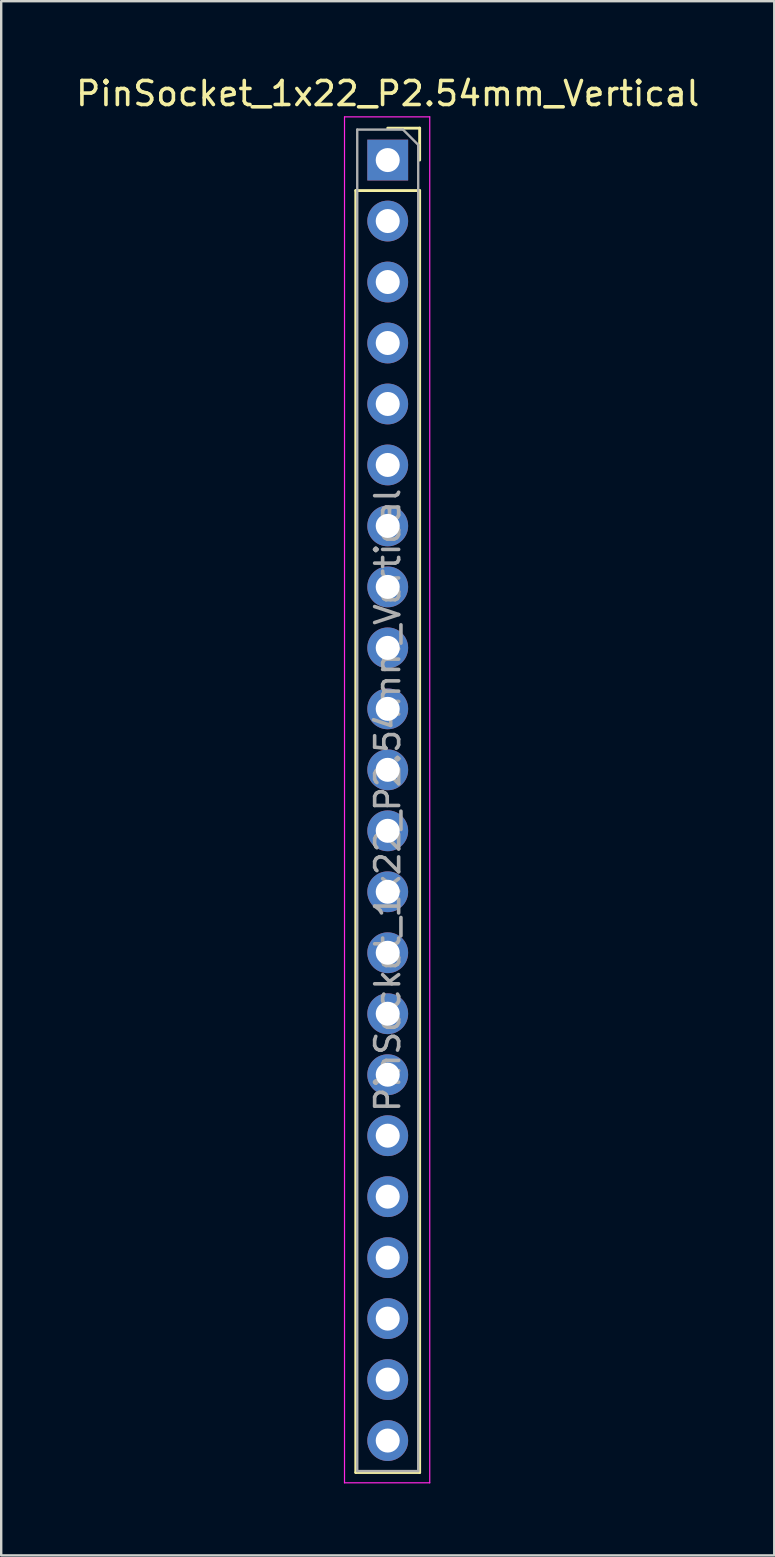
<source format=kicad_pcb>
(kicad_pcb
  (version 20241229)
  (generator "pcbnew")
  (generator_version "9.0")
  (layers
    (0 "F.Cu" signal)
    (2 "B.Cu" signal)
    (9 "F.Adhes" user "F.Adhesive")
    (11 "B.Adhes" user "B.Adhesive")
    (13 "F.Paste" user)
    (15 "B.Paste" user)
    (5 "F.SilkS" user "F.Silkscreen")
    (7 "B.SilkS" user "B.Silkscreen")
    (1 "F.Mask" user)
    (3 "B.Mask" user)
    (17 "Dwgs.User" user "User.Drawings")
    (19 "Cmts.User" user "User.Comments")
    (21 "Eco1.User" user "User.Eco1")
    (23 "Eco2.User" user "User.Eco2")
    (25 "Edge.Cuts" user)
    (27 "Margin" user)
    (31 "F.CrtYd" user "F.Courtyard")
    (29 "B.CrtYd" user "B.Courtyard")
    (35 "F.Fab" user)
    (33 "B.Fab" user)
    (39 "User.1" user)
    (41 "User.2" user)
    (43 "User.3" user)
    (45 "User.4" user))
  (footprint "PinSocket_1x22_P2.54mm_Vertical"
    (layer "F.Cu")
    (at 13.101 3.618)
    (property "Reference" "PinSocket_1x22_P2.54mm_Vertical" (at 0 -2.77 0) (layer "F.SilkS") (effects (font (size 1 1) (thickness 0.15))))
    (attr through_hole)
    (fp_line (start -1.33 1.27) (end -1.33 54.67) (stroke (width 0.12) (type solid)) (layer "F.SilkS"))
    (fp_line (start -1.33 1.27) (end 1.33 1.27) (stroke (width 0.12) (type solid)) (layer "F.SilkS"))
    (fp_line (start -1.33 54.67) (end 1.33 54.67) (stroke (width 0.12) (type solid)) (layer "F.SilkS"))
    (fp_line (start 0 -1.33) (end 1.33 -1.33) (stroke (width 0.12) (type solid)) (layer "F.SilkS"))
    (fp_line (start 1.33 -1.33) (end 1.33 0) (stroke (width 0.12) (type solid)) (layer "F.SilkS"))
    (fp_line (start 1.33 1.27) (end 1.33 54.67) (stroke (width 0.12) (type solid)) (layer "F.SilkS"))
    (fp_line (start -1.8 -1.8) (end 1.75 -1.8) (stroke (width 0.05) (type solid)) (layer "F.CrtYd"))
    (fp_line (start -1.8 55.1) (end -1.8 -1.8) (stroke (width 0.05) (type solid)) (layer "F.CrtYd"))
    (fp_line (start 1.75 -1.8) (end 1.75 55.1) (stroke (width 0.05) (type solid)) (layer "F.CrtYd"))
    (fp_line (start 1.75 55.1) (end -1.8 55.1) (stroke (width 0.05) (type solid)) (layer "F.CrtYd"))
    (fp_line (start -1.27 -1.27) (end 0.635 -1.27) (stroke (width 0.1) (type solid)) (layer "F.Fab"))
    (fp_line (start -1.27 54.61) (end -1.27 -1.27) (stroke (width 0.1) (type solid)) (layer "F.Fab"))
    (fp_line (start 0.635 -1.27) (end 1.27 -0.635) (stroke (width 0.1) (type solid)) (layer "F.Fab"))
    (fp_line (start 1.27 -0.635) (end 1.27 54.61) (stroke (width 0.1) (type solid)) (layer "F.Fab"))
    (fp_line (start 1.27 54.61) (end -1.27 54.61) (stroke (width 0.1) (type solid)) (layer "F.Fab"))
    (fp_text user "${REFERENCE}" (at 0 26.67 90) (layer "F.Fab") (effects (font (size 1 1) (thickness 0.15))))
    (pad "1" thru_hole rect (at 0 0) (size 1.7 1.7) (drill 1) (layers "*.Cu" "*.Mask"))
    (pad "2" thru_hole oval (at 0 2.54) (size 1.7 1.7) (drill 1) (layers "*.Cu" "*.Mask"))
    (pad "3" thru_hole oval (at 0 5.08) (size 1.7 1.7) (drill 1) (layers "*.Cu" "*.Mask"))
    (pad "4" thru_hole oval (at 0 7.62) (size 1.7 1.7) (drill 1) (layers "*.Cu" "*.Mask"))
    (pad "5" thru_hole oval (at 0 10.16) (size 1.7 1.7) (drill 1) (layers "*.Cu" "*.Mask"))
    (pad "6" thru_hole oval (at 0 12.7) (size 1.7 1.7) (drill 1) (layers "*.Cu" "*.Mask"))
    (pad "7" thru_hole oval (at 0 15.24) (size 1.7 1.7) (drill 1) (layers "*.Cu" "*.Mask"))
    (pad "8" thru_hole oval (at 0 17.78) (size 1.7 1.7) (drill 1) (layers "*.Cu" "*.Mask"))
    (pad "9" thru_hole oval (at 0 20.32) (size 1.7 1.7) (drill 1) (layers "*.Cu" "*.Mask"))
    (pad "10" thru_hole oval (at 0 22.86) (size 1.7 1.7) (drill 1) (layers "*.Cu" "*.Mask"))
    (pad "11" thru_hole oval (at 0 25.4) (size 1.7 1.7) (drill 1) (layers "*.Cu" "*.Mask"))
    (pad "12" thru_hole oval (at 0 27.94) (size 1.7 1.7) (drill 1) (layers "*.Cu" "*.Mask"))
    (pad "13" thru_hole oval (at 0 30.48) (size 1.7 1.7) (drill 1) (layers "*.Cu" "*.Mask"))
    (pad "14" thru_hole oval (at 0 33.02) (size 1.7 1.7) (drill 1) (layers "*.Cu" "*.Mask"))
    (pad "15" thru_hole oval (at 0 35.56) (size 1.7 1.7) (drill 1) (layers "*.Cu" "*.Mask"))
    (pad "16" thru_hole oval (at 0 38.1) (size 1.7 1.7) (drill 1) (layers "*.Cu" "*.Mask"))
    (pad "17" thru_hole oval (at 0 40.64) (size 1.7 1.7) (drill 1) (layers "*.Cu" "*.Mask"))
    (pad "18" thru_hole oval (at 0 43.18) (size 1.7 1.7) (drill 1) (layers "*.Cu" "*.Mask"))
    (pad "19" thru_hole oval (at 0 45.72) (size 1.7 1.7) (drill 1) (layers "*.Cu" "*.Mask"))
    (pad "20" thru_hole oval (at 0 48.26) (size 1.7 1.7) (drill 1) (layers "*.Cu" "*.Mask"))
    (pad "21" thru_hole oval (at 0 50.8) (size 1.7 1.7) (drill 1) (layers "*.Cu" "*.Mask"))
    (pad "22" thru_hole oval (at 0 53.34) (size 1.7 1.7) (drill 1) (layers "*.Cu" "*.Mask")))
  (gr_rect
    (start -3 -3)
    (end 29.202 61.743)
    (stroke (width 0.1) (type default))
    (fill no)
    (layer "Edge.Cuts")))
</source>
